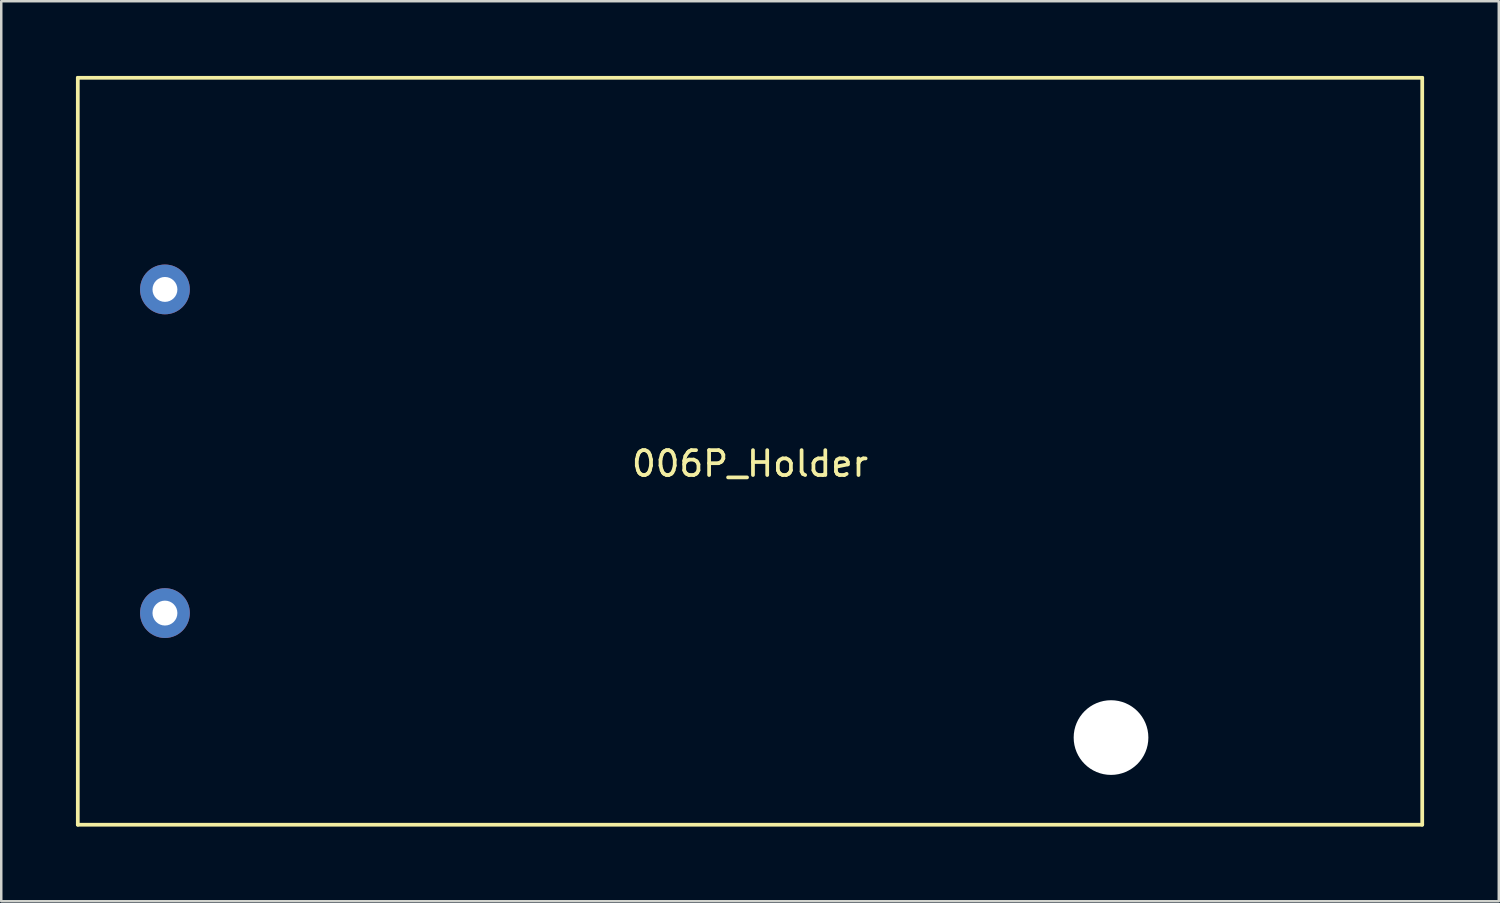
<source format=kicad_pcb>
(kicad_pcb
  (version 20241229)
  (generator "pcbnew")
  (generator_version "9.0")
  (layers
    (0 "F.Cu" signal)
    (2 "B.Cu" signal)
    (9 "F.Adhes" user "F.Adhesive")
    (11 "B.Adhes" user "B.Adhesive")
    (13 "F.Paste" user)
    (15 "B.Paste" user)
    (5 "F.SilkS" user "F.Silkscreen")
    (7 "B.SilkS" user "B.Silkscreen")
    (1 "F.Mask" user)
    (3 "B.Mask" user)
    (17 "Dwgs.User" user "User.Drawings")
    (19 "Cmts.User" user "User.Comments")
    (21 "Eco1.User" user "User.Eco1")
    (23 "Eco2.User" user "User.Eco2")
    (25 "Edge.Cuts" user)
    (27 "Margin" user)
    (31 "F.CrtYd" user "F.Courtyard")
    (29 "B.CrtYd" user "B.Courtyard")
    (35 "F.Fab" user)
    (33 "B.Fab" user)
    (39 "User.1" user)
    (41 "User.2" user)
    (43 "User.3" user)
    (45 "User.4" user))
  (footprint "006P_Holder"
    (layer "F.Cu")
    (at 27.075 15.075)
    (property "Reference" "006P_Holder" (at 0 0.5 0) (layer "F.SilkS") (effects (font (size 1 1) (thickness 0.15))))
    (attr through_hole)
    (fp_line (start -27 -15) (end -27 15) (stroke (width 0.15) (type solid)) (layer "F.SilkS"))
    (fp_line (start -27 -15) (end 27 -15) (stroke (width 0.15) (type solid)) (layer "F.SilkS"))
    (fp_line (start 27 -15) (end 27 15) (stroke (width 0.15) (type solid)) (layer "F.SilkS"))
    (fp_line (start 27 15) (end -27 15) (stroke (width 0.15) (type solid)) (layer "F.SilkS"))
    (pad "" np_thru_hole circle (at 14.5 11.5) (size 3 3) (drill 3) (layers "*.Cu" "*.Mask"))
    (pad "1" thru_hole circle (at -23.5 -6.5) (size 2 2) (drill 1) (layers "*.Cu" "*.Mask"))
    (pad "2" thru_hole circle (at -23.5 6.5) (size 2 2) (drill 1) (layers "*.Cu" "*.Mask")))
  (gr_rect
    (start -3 -3)
    (end 57.15 33.15)
    (stroke (width 0.1) (type default))
    (fill no)
    (layer "Edge.Cuts")))
</source>
